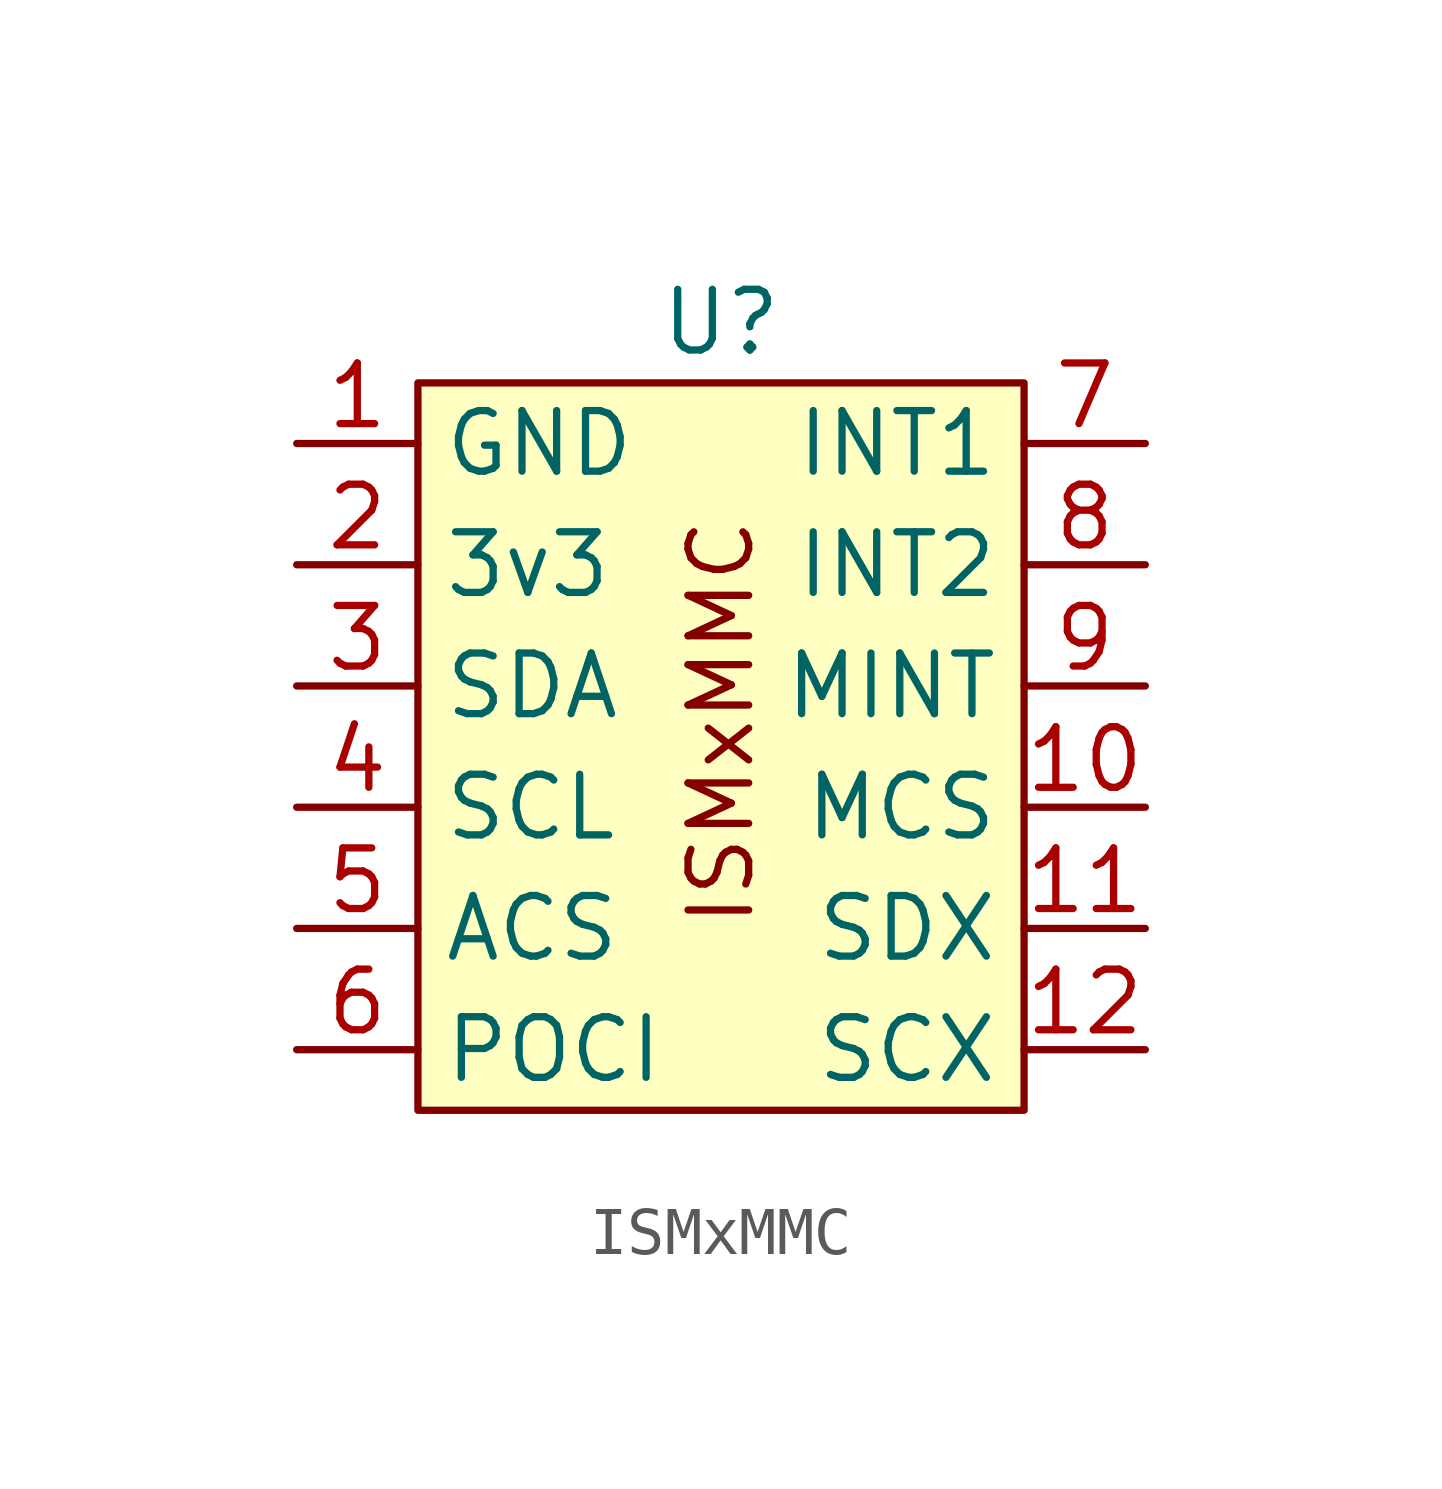
<source format=kicad_sym>
(kicad_symbol_lib
  (version 20241209)
  (generator "kicad_symbol_editor")
  (generator_version "9.0")
  (symbol "ISMxMMC"
    (property "Reference" "U"
      (at 0 10.16 0)
      (effects (font (size 1.27 1.27))))
    (property "Value" ""
      (at 0 0 0)
      (effects (font (size 1.27 1.27))))
    (symbol "ISMxMMC_1_1"
      (rectangle (start -6.35 8.89) (end 6.35 -6.35) (stroke (width 0) (type solid)) (fill (type background)))
      (text "ISMxMMC" (at 0 1.778 900) (effects (font (size 1.27 1.27))))
      (pin input line (at -8.89 7.62 0) (length 2.54) (name "GND" (effects (font (size 1.27 1.27)))) (number "1" (effects (font (size 1.27 1.27)))))
      (pin input line (at -8.89 5.08 0) (length 2.54) (name "3v3" (effects (font (size 1.27 1.27)))) (number "2" (effects (font (size 1.27 1.27)))))
      (pin input line (at -8.89 2.54 0) (length 2.54) (name "SDA" (effects (font (size 1.27 1.27)))) (number "3" (effects (font (size 1.27 1.27)))))
      (pin input line (at -8.89 0 0) (length 2.54) (name "SCL" (effects (font (size 1.27 1.27)))) (number "4" (effects (font (size 1.27 1.27)))))
      (pin input line (at -8.89 -2.54 0) (length 2.54) (name "ACS" (effects (font (size 1.27 1.27)))) (number "5" (effects (font (size 1.27 1.27)))))
      (pin input line (at -8.89 -5.08 0) (length 2.54) (name "POCI" (effects (font (size 1.27 1.27)))) (number "6" (effects (font (size 1.27 1.27)))))
      (pin output line (at 8.89 7.62 180) (length 2.54) (name "INT1" (effects (font (size 1.27 1.27)))) (number "7" (effects (font (size 1.27 1.27)))))
      (pin output line (at 8.89 5.08 180) (length 2.54) (name "INT2" (effects (font (size 1.27 1.27)))) (number "8" (effects (font (size 1.27 1.27)))))
      (pin output line (at 8.89 2.54 180) (length 2.54) (name "MINT" (effects (font (size 1.27 1.27)))) (number "9" (effects (font (size 1.27 1.27)))))
      (pin output line (at 8.89 0 180) (length 2.54) (name "MCS" (effects (font (size 1.27 1.27)))) (number "10" (effects (font (size 1.27 1.27)))))
      (pin output line (at 8.89 -2.54 180) (length 2.54) (name "SDX" (effects (font (size 1.27 1.27)))) (number "11" (effects (font (size 1.27 1.27)))))
      (pin output line (at 8.89 -5.08 180) (length 2.54) (name "SCX" (effects (font (size 1.27 1.27)))) (number "12" (effects (font (size 1.27 1.27))))))))
</source>
